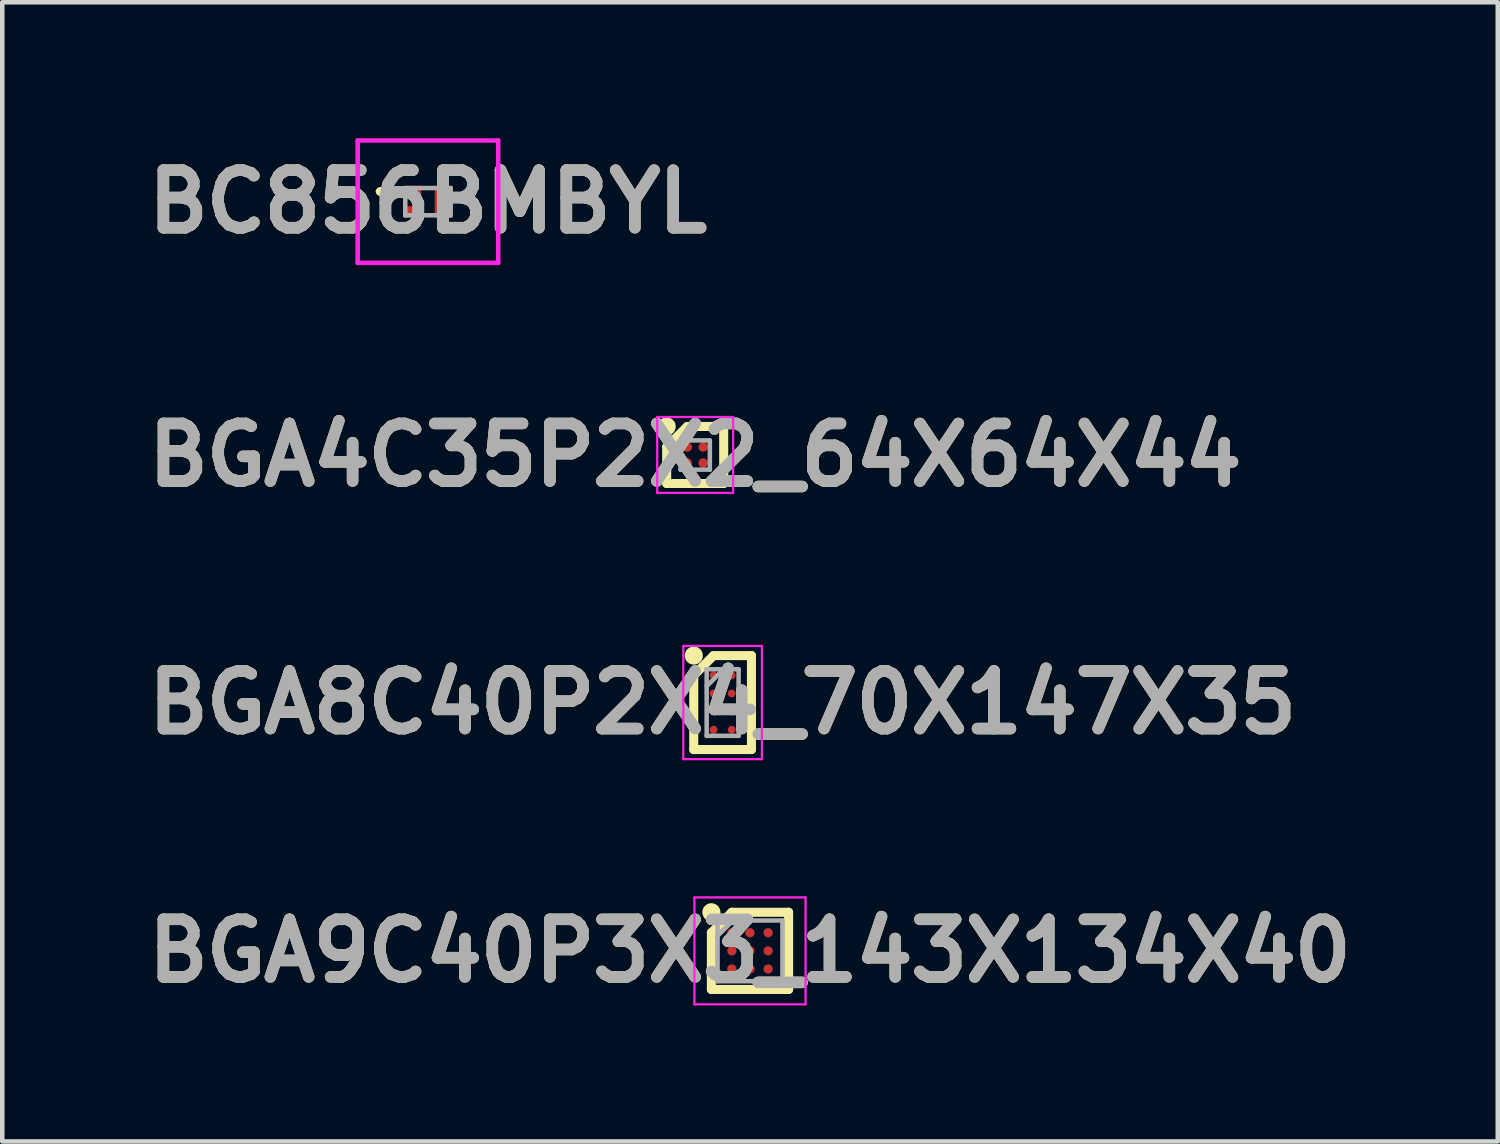
<source format=kicad_pcb>
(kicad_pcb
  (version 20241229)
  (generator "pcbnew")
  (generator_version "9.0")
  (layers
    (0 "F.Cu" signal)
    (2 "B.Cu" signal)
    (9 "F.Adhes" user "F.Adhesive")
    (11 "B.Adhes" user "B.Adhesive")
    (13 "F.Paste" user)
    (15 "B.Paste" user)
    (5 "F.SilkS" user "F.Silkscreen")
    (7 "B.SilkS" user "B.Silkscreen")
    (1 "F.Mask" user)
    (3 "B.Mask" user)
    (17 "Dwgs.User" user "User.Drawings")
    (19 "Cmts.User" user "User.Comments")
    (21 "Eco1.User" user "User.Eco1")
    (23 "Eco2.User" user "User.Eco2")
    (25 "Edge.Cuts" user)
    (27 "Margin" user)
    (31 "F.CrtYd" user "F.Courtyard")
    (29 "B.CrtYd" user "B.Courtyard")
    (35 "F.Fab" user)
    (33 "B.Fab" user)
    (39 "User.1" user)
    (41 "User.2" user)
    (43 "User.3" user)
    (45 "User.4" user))
  (footprint "BGA4C35P2X2_64X64X44"
    (layer "F.Cu")
    (at 12.289 6.989)
    (property "Reference" "BGA4C35P2X2_64X64X44" (at 0 0 0) (layer "F.SilkS") (effects (font (size 1.27 1.27) (thickness 0.254))))
    (attr smd)
    (fp_line (start -0.629 -0.175) (end -0.175 -0.629) (stroke (width 0.2) (type solid)) (layer "F.SilkS"))
    (fp_line (start -0.629 0.629) (end -0.629 -0.175) (stroke (width 0.2) (type solid)) (layer "F.SilkS"))
    (fp_line (start -0.175 -0.629) (end 0.629 -0.629) (stroke (width 0.2) (type solid)) (layer "F.SilkS"))
    (fp_line (start 0.629 -0.629) (end 0.629 0.629) (stroke (width 0.2) (type solid)) (layer "F.SilkS"))
    (fp_line (start 0.629 0.629) (end -0.629 0.629) (stroke (width 0.2) (type solid)) (layer "F.SilkS"))
    (fp_circle (center -0.629 -0.629) (end -0.629 -0.529) (stroke (width 0.2) (type solid)) (fill no) (layer "F.SilkS"))
    (fp_line (start -0.838 -0.838) (end 0.837 -0.838) (stroke (width 0.05) (type solid)) (layer "F.CrtYd"))
    (fp_line (start -0.838 0.837) (end -0.838 -0.838) (stroke (width 0.05) (type solid)) (layer "F.CrtYd"))
    (fp_line (start 0.837 -0.838) (end 0.837 0.837) (stroke (width 0.05) (type solid)) (layer "F.CrtYd"))
    (fp_line (start 0.837 0.837) (end -0.838 0.837) (stroke (width 0.05) (type solid)) (layer "F.CrtYd"))
    (fp_line (start -0.322 -0.322) (end 0.323 -0.322) (stroke (width 0.1) (type solid)) (layer "F.Fab"))
    (fp_line (start -0.322 -0.154) (end -0.153 -0.323) (stroke (width 0.1) (type solid)) (layer "F.Fab"))
    (fp_line (start -0.322 0.323) (end -0.322 -0.322) (stroke (width 0.1) (type solid)) (layer "F.Fab"))
    (fp_line (start 0.323 -0.322) (end 0.323 0.323) (stroke (width 0.1) (type solid)) (layer "F.Fab"))
    (fp_line (start 0.323 0.323) (end -0.322 0.323) (stroke (width 0.1) (type solid)) (layer "F.Fab"))
    (fp_text user "${REFERENCE}" (at 0 0 0) (layer "F.Fab") (effects (font (size 1.27 1.27) (thickness 0.254))))
    (pad "A1" smd circle (at -0.175 -0.175 90) (size 0.208 0.208) (layers "F.Cu" "F.Mask" "F.Paste"))
    (pad "A2" smd circle (at 0.175 -0.175 90) (size 0.208 0.208) (layers "F.Cu" "F.Mask" "F.Paste"))
    (pad "B1" smd circle (at -0.175 0.175 90) (size 0.208 0.208) (layers "F.Cu" "F.Mask" "F.Paste"))
    (pad "B2" smd circle (at 0.175 0.175 90) (size 0.208 0.208) (layers "F.Cu" "F.Mask" "F.Paste")))
  (footprint "BC856BMBYL"
    (layer "F.Cu")
    (at 6.392 1.4)
    (property "Reference" "BC856BMBYL" (at 0 0 0) (layer "F.SilkS") (effects (font (size 1.27 1.27) (thickness 0.254))))
    (attr smd)
    (fp_line (start -1.1 -0.225) (end -1.1 -0.225) (stroke (width 0.1) (type solid)) (layer "F.SilkS"))
    (fp_line (start -1 -0.225) (end -1 -0.225) (stroke (width 0.1) (type solid)) (layer "F.SilkS"))
    (fp_arc (start -1.1 -0.225) (mid -1.05 -0.275) (end -1 -0.225) (stroke (width 0.1) (type solid)) (layer "F.SilkS"))
    (fp_arc (start -1 -0.225) (mid -1.05 -0.175) (end -1.1 -0.225) (stroke (width 0.1) (type solid)) (layer "F.SilkS"))
    (fp_line (start -1.55 -1.35) (end 1.55 -1.35) (stroke (width 0.1) (type solid)) (layer "F.CrtYd"))
    (fp_line (start -1.55 1.35) (end -1.55 -1.35) (stroke (width 0.1) (type solid)) (layer "F.CrtYd"))
    (fp_line (start 1.55 -1.35) (end 1.55 1.35) (stroke (width 0.1) (type solid)) (layer "F.CrtYd"))
    (fp_line (start 1.55 1.35) (end -1.55 1.35) (stroke (width 0.1) (type solid)) (layer "F.CrtYd"))
    (fp_line (start -0.5 -0.3) (end 0.5 -0.3) (stroke (width 0.1) (type solid)) (layer "F.Fab"))
    (fp_line (start -0.5 0.3) (end -0.5 -0.3) (stroke (width 0.1) (type solid)) (layer "F.Fab"))
    (fp_line (start 0.5 -0.3) (end 0.5 0.3) (stroke (width 0.1) (type solid)) (layer "F.Fab"))
    (fp_line (start 0.5 0.3) (end -0.5 0.3) (stroke (width 0.1) (type solid)) (layer "F.Fab"))
    (fp_text user "${REFERENCE}" (at 0 0 0) (layer "F.Fab") (effects (font (size 1.27 1.27) (thickness 0.254))))
    (pad "1" smd rect (at -0.35 -0.225 90) (size 0.25 0.4) (layers "F.Cu" "F.Mask" "F.Paste"))
    (pad "2" smd rect (at -0.35 0.225 90) (size 0.25 0.4) (layers "F.Cu" "F.Mask" "F.Paste"))
    (pad "3" smd rect (at 0.35 0) (size 0.4 0.7) (layers "F.Cu" "F.Mask" "F.Paste")))
  (footprint "BGA8C40P2X4_70X147X35"
    (layer "F.Cu")
    (at 12.894 12.451)
    (property "Reference" "BGA8C40P2X4_70X147X35" (at 0 0 0) (layer "F.SilkS") (effects (font (size 1.27 1.27) (thickness 0.254))))
    (attr smd)
    (fp_line (start -0.637 -0.599) (end -0.201 -1.035) (stroke (width 0.2) (type solid)) (layer "F.SilkS"))
    (fp_line (start -0.637 1.037) (end -0.637 -0.599) (stroke (width 0.2) (type solid)) (layer "F.SilkS"))
    (fp_line (start -0.2 -1.036) (end 0.636 -1.036) (stroke (width 0.2) (type solid)) (layer "F.SilkS"))
    (fp_line (start 0.636 -1.036) (end 0.636 1.037) (stroke (width 0.2) (type solid)) (layer "F.SilkS"))
    (fp_line (start 0.636 1.037) (end -0.637 1.037) (stroke (width 0.2) (type solid)) (layer "F.SilkS"))
    (fp_circle (center -0.636 -1.036) (end -0.636 -0.936) (stroke (width 0.2) (type solid)) (fill no) (layer "F.SilkS"))
    (fp_line (start -0.868 -1.249) (end 0.867 -1.249) (stroke (width 0.05) (type solid)) (layer "F.CrtYd"))
    (fp_line (start -0.868 1.249) (end -0.868 -1.249) (stroke (width 0.05) (type solid)) (layer "F.CrtYd"))
    (fp_line (start 0.867 -1.249) (end 0.867 1.249) (stroke (width 0.05) (type solid)) (layer "F.CrtYd"))
    (fp_line (start 0.867 1.249) (end -0.868 1.249) (stroke (width 0.05) (type solid)) (layer "F.CrtYd"))
    (fp_line (start -0.352 -0.734) (end 0.353 -0.734) (stroke (width 0.1) (type solid)) (layer "F.Fab"))
    (fp_line (start -0.352 -0.36) (end 0.022 -0.734) (stroke (width 0.1) (type solid)) (layer "F.Fab"))
    (fp_line (start -0.352 0.734) (end -0.352 -0.734) (stroke (width 0.1) (type solid)) (layer "F.Fab"))
    (fp_line (start 0.353 -0.734) (end 0.353 0.734) (stroke (width 0.1) (type solid)) (layer "F.Fab"))
    (fp_line (start 0.353 0.734) (end -0.352 0.734) (stroke (width 0.1) (type solid)) (layer "F.Fab"))
    (fp_text user "${REFERENCE}" (at 0 0 0) (layer "F.Fab") (effects (font (size 1.27 1.27) (thickness 0.254))))
    (pad "A1" smd circle (at -0.2 -0.6 90) (size 0.173 0.173) (layers "F.Cu" "F.Mask" "F.Paste"))
    (pad "A2" smd circle (at 0.2 -0.6 90) (size 0.173 0.173) (layers "F.Cu" "F.Mask" "F.Paste"))
    (pad "B1" smd circle (at -0.2 -0.2 90) (size 0.173 0.173) (layers "F.Cu" "F.Mask" "F.Paste"))
    (pad "B2" smd circle (at 0.2 -0.2 90) (size 0.173 0.173) (layers "F.Cu" "F.Mask" "F.Paste"))
    (pad "C1" smd circle (at -0.2 0.2 90) (size 0.173 0.173) (layers "F.Cu" "F.Mask" "F.Paste"))
    (pad "C2" smd circle (at 0.2 0.2 90) (size 0.173 0.173) (layers "F.Cu" "F.Mask" "F.Paste"))
    (pad "D1" smd circle (at -0.2 0.6 90) (size 0.173 0.173) (layers "F.Cu" "F.Mask" "F.Paste"))
    (pad "D2" smd circle (at 0.2 0.6 90) (size 0.173 0.173) (layers "F.Cu" "F.Mask" "F.Paste")))
  (footprint "BGA9C40P3X3_143X134X40"
    (layer "F.Cu")
    (at 13.498 17.93)
    (property "Reference" "BGA9C40P3X3_143X134X40" (at 0 0 0) (layer "F.SilkS") (effects (font (size 1.27 1.27) (thickness 0.254))))
    (attr smd)
    (fp_line (start -0.852 -0.4) (end -0.4 -0.852) (stroke (width 0.2) (type solid)) (layer "F.SilkS"))
    (fp_line (start -0.852 0.852) (end -0.852 -0.4) (stroke (width 0.2) (type solid)) (layer "F.SilkS"))
    (fp_line (start -0.4 -0.852) (end 0.852 -0.852) (stroke (width 0.2) (type solid)) (layer "F.SilkS"))
    (fp_line (start 0.852 -0.852) (end 0.852 0.852) (stroke (width 0.2) (type solid)) (layer "F.SilkS"))
    (fp_line (start 0.852 0.852) (end -0.852 0.852) (stroke (width 0.2) (type solid)) (layer "F.SilkS"))
    (fp_circle (center -0.852 -0.852) (end -0.852 -0.752) (stroke (width 0.2) (type solid)) (fill no) (layer "F.SilkS"))
    (fp_line (start -1.226 -1.18) (end 1.226 -1.18) (stroke (width 0.05) (type solid)) (layer "F.CrtYd"))
    (fp_line (start -1.226 1.18) (end -1.226 -1.18) (stroke (width 0.05) (type solid)) (layer "F.CrtYd"))
    (fp_line (start 1.226 -1.18) (end 1.226 1.18) (stroke (width 0.05) (type solid)) (layer "F.CrtYd"))
    (fp_line (start 1.226 1.18) (end -1.226 1.18) (stroke (width 0.05) (type solid)) (layer "F.CrtYd"))
    (fp_line (start -0.716 -0.67) (end 0.716 -0.67) (stroke (width 0.1) (type solid)) (layer "F.Fab"))
    (fp_line (start -0.716 -0.33) (end -0.376 -0.67) (stroke (width 0.1) (type solid)) (layer "F.Fab"))
    (fp_line (start -0.716 0.67) (end -0.716 -0.67) (stroke (width 0.1) (type solid)) (layer "F.Fab"))
    (fp_line (start 0.716 -0.67) (end 0.716 0.67) (stroke (width 0.1) (type solid)) (layer "F.Fab"))
    (fp_line (start 0.716 0.67) (end -0.716 0.67) (stroke (width 0.1) (type solid)) (layer "F.Fab"))
    (fp_text user "${REFERENCE}" (at 0 0 0) (layer "F.Fab") (effects (font (size 1.27 1.27) (thickness 0.254))))
    (pad "A1" smd circle (at -0.4 -0.4 90) (size 0.204 0.204) (layers "F.Cu" "F.Mask" "F.Paste"))
    (pad "A2" smd circle (at 0 -0.4 90) (size 0.204 0.204) (layers "F.Cu" "F.Mask" "F.Paste"))
    (pad "A3" smd circle (at 0.4 -0.4 90) (size 0.204 0.204) (layers "F.Cu" "F.Mask" "F.Paste"))
    (pad "B1" smd circle (at -0.4 0 90) (size 0.204 0.204) (layers "F.Cu" "F.Mask" "F.Paste"))
    (pad "B2" smd circle (at 0 0 90) (size 0.204 0.204) (layers "F.Cu" "F.Mask" "F.Paste"))
    (pad "B3" smd circle (at 0.4 0 90) (size 0.204 0.204) (layers "F.Cu" "F.Mask" "F.Paste"))
    (pad "C1" smd circle (at -0.4 0.4 90) (size 0.204 0.204) (layers "F.Cu" "F.Mask" "F.Paste"))
    (pad "C2" smd circle (at 0 0.4 90) (size 0.204 0.204) (layers "F.Cu" "F.Mask" "F.Paste"))
    (pad "C3" smd circle (at 0.4 0.4 90) (size 0.204 0.204) (layers "F.Cu" "F.Mask" "F.Paste")))
  (gr_rect
    (start -3 -3)
    (end 29.997 22.135)
    (stroke (width 0.1) (type default))
    (fill no)
    (layer "Edge.Cuts")))
</source>
